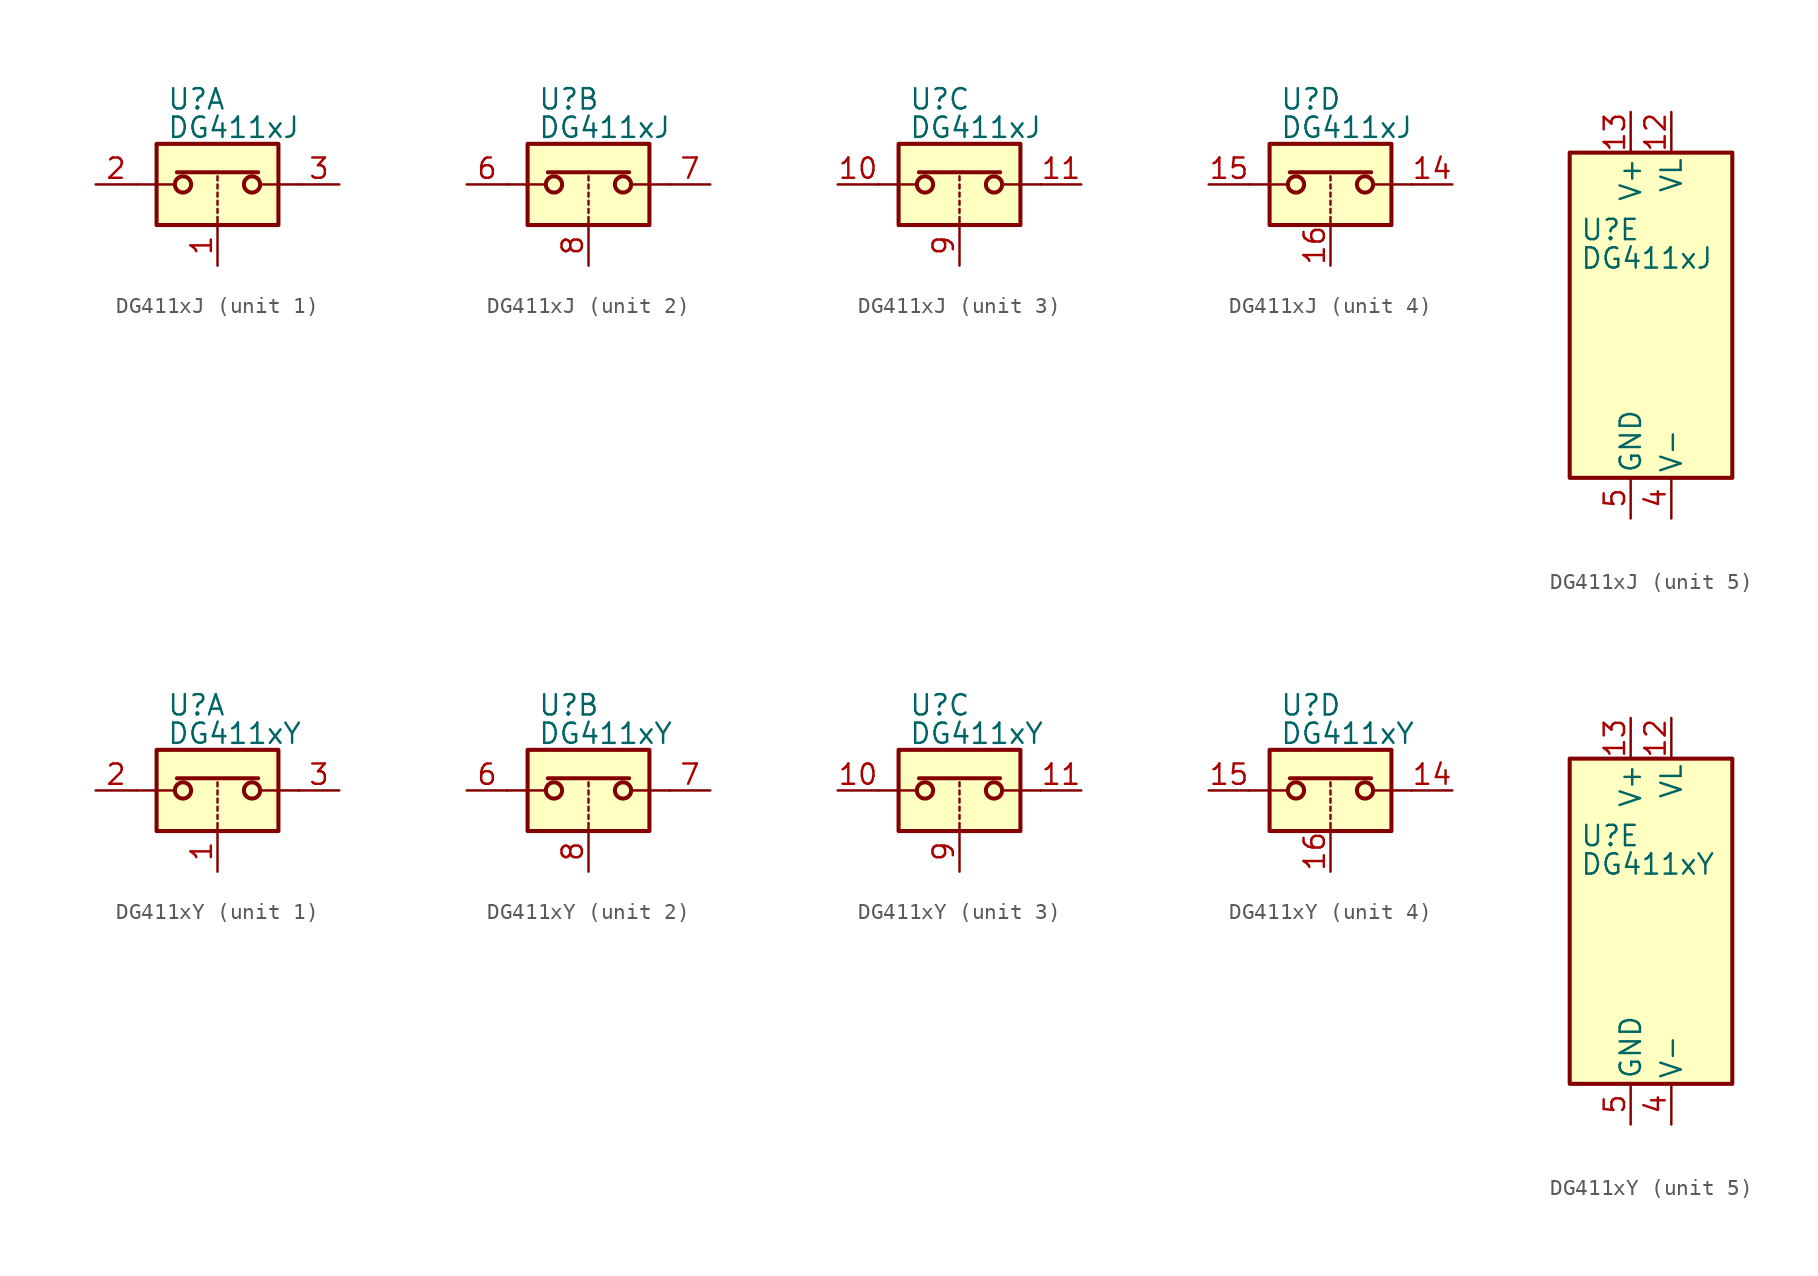
<source format=kicad_sym>
(kicad_symbol_lib
  (version 20211014)
  (generator kicad_symbol_editor)
  (symbol "DG411xJ"
    (pin_names
      (offset 0.254))
    (property "Reference" "U"
      (at -3.175 5.334 0)
      (effects (font (size 1.27 1.27)) (justify left)))
    (property "Value" "DG411xJ"
      (at -3.175 3.556 0)
      (effects (font (size 1.27 1.27)) (justify left)))
    (symbol "DG411xJ_1_1"
      (rectangle (start -3.81 2.54) (end 3.81 -2.54) (stroke (width 0.254) (type default) (color 0 0 0 0)) (fill (type background)))
      (circle (center -2.159 0) (radius 0.508) (stroke (width 0.254) (type default) (color 0 0 0 0)) (fill (type none)))
      (polyline (pts (xy -5.08 0) (xy -2.794 0)) (stroke (width 0) (type default) (color 0 0 0 0)) (fill (type none)))
      (polyline (pts (xy -2.54 0.762) (xy 2.54 0.762)) (stroke (width 0.254) (type default) (color 0 0 0 0)) (fill (type none)))
      (polyline (pts (xy 0 -2.54) (xy 0 -2.032)) (stroke (width 0) (type default) (color 0 0 0 0)) (fill (type none)))
      (polyline (pts (xy 0 -1.778) (xy 0 -1.524)) (stroke (width 0) (type default) (color 0 0 0 0)) (fill (type none)))
      (polyline (pts (xy 0 -1.27) (xy 0 -1.016)) (stroke (width 0) (type default) (color 0 0 0 0)) (fill (type none)))
      (polyline (pts (xy 0 -0.762) (xy 0 -0.508)) (stroke (width 0) (type default) (color 0 0 0 0)) (fill (type none)))
      (polyline (pts (xy 0 -0.254) (xy 0 0)) (stroke (width 0) (type default) (color 0 0 0 0)) (fill (type none)))
      (polyline (pts (xy 0 0.254) (xy 0 0.508)) (stroke (width 0) (type default) (color 0 0 0 0)) (fill (type none)))
      (polyline (pts (xy 5.08 0) (xy 2.794 0)) (stroke (width 0) (type default) (color 0 0 0 0)) (fill (type none)))
      (circle (center 2.159 0) (radius 0.508) (stroke (width 0.254) (type default) (color 0 0 0 0)) (fill (type none)))
      (pin input line (at 0 -5.08 90) (length 2.54) (name "~" (effects (font (size 1.27 1.27)))) (number "1" (effects (font (size 1.27 1.27)))))
      (pin passive line (at -7.62 0 0) (length 2.54) (name "~" (effects (font (size 1.27 1.27)))) (number "2" (effects (font (size 1.27 1.27)))))
      (pin passive line (at 7.62 0 180) (length 2.54) (name "~" (effects (font (size 1.27 1.27)))) (number "3" (effects (font (size 1.27 1.27))))))
    (symbol "DG411xJ_2_1"
      (rectangle (start -3.81 2.54) (end 3.81 -2.54) (stroke (width 0.254) (type default) (color 0 0 0 0)) (fill (type background)))
      (circle (center -2.159 0) (radius 0.508) (stroke (width 0.254) (type default) (color 0 0 0 0)) (fill (type none)))
      (polyline (pts (xy -5.08 0) (xy -2.794 0)) (stroke (width 0) (type default) (color 0 0 0 0)) (fill (type none)))
      (polyline (pts (xy -2.54 0.762) (xy 2.54 0.762)) (stroke (width 0.254) (type default) (color 0 0 0 0)) (fill (type none)))
      (polyline (pts (xy 0 -2.54) (xy 0 -2.032)) (stroke (width 0) (type default) (color 0 0 0 0)) (fill (type none)))
      (polyline (pts (xy 0 -1.778) (xy 0 -1.524)) (stroke (width 0) (type default) (color 0 0 0 0)) (fill (type none)))
      (polyline (pts (xy 0 -1.27) (xy 0 -1.016)) (stroke (width 0) (type default) (color 0 0 0 0)) (fill (type none)))
      (polyline (pts (xy 0 -0.762) (xy 0 -0.508)) (stroke (width 0) (type default) (color 0 0 0 0)) (fill (type none)))
      (polyline (pts (xy 0 -0.254) (xy 0 0)) (stroke (width 0) (type default) (color 0 0 0 0)) (fill (type none)))
      (polyline (pts (xy 0 0.254) (xy 0 0.508)) (stroke (width 0) (type default) (color 0 0 0 0)) (fill (type none)))
      (polyline (pts (xy 5.08 0) (xy 2.794 0)) (stroke (width 0) (type default) (color 0 0 0 0)) (fill (type none)))
      (circle (center 2.159 0) (radius 0.508) (stroke (width 0.254) (type default) (color 0 0 0 0)) (fill (type none)))
      (pin passive line (at -7.62 0 0) (length 2.54) (name "~" (effects (font (size 1.27 1.27)))) (number "6" (effects (font (size 1.27 1.27)))))
      (pin passive line (at 7.62 0 180) (length 2.54) (name "~" (effects (font (size 1.27 1.27)))) (number "7" (effects (font (size 1.27 1.27)))))
      (pin input line (at 0 -5.08 90) (length 2.54) (name "~" (effects (font (size 1.27 1.27)))) (number "8" (effects (font (size 1.27 1.27))))))
    (symbol "DG411xJ_3_1"
      (rectangle (start -3.81 2.54) (end 3.81 -2.54) (stroke (width 0.254) (type default) (color 0 0 0 0)) (fill (type background)))
      (circle (center -2.159 0) (radius 0.508) (stroke (width 0.254) (type default) (color 0 0 0 0)) (fill (type none)))
      (polyline (pts (xy -5.08 0) (xy -2.794 0)) (stroke (width 0) (type default) (color 0 0 0 0)) (fill (type none)))
      (polyline (pts (xy -2.54 0.762) (xy 2.54 0.762)) (stroke (width 0.254) (type default) (color 0 0 0 0)) (fill (type none)))
      (polyline (pts (xy 0 -2.54) (xy 0 -2.032)) (stroke (width 0) (type default) (color 0 0 0 0)) (fill (type none)))
      (polyline (pts (xy 0 -1.778) (xy 0 -1.524)) (stroke (width 0) (type default) (color 0 0 0 0)) (fill (type none)))
      (polyline (pts (xy 0 -1.27) (xy 0 -1.016)) (stroke (width 0) (type default) (color 0 0 0 0)) (fill (type none)))
      (polyline (pts (xy 0 -0.762) (xy 0 -0.508)) (stroke (width 0) (type default) (color 0 0 0 0)) (fill (type none)))
      (polyline (pts (xy 0 -0.254) (xy 0 0)) (stroke (width 0) (type default) (color 0 0 0 0)) (fill (type none)))
      (polyline (pts (xy 0 0.254) (xy 0 0.508)) (stroke (width 0) (type default) (color 0 0 0 0)) (fill (type none)))
      (polyline (pts (xy 5.08 0) (xy 2.794 0)) (stroke (width 0) (type default) (color 0 0 0 0)) (fill (type none)))
      (circle (center 2.159 0) (radius 0.508) (stroke (width 0.254) (type default) (color 0 0 0 0)) (fill (type none)))
      (pin passive line (at -7.62 0 0) (length 2.54) (name "~" (effects (font (size 1.27 1.27)))) (number "10" (effects (font (size 1.27 1.27)))))
      (pin passive line (at 7.62 0 180) (length 2.54) (name "~" (effects (font (size 1.27 1.27)))) (number "11" (effects (font (size 1.27 1.27)))))
      (pin input line (at 0 -5.08 90) (length 2.54) (name "~" (effects (font (size 1.27 1.27)))) (number "9" (effects (font (size 1.27 1.27))))))
    (symbol "DG411xJ_4_1"
      (rectangle (start -3.81 2.54) (end 3.81 -2.54) (stroke (width 0.254) (type default) (color 0 0 0 0)) (fill (type background)))
      (circle (center -2.159 0) (radius 0.508) (stroke (width 0.254) (type default) (color 0 0 0 0)) (fill (type none)))
      (polyline (pts (xy -5.08 0) (xy -2.794 0)) (stroke (width 0) (type default) (color 0 0 0 0)) (fill (type none)))
      (polyline (pts (xy -2.54 0.762) (xy 2.54 0.762)) (stroke (width 0.254) (type default) (color 0 0 0 0)) (fill (type none)))
      (polyline (pts (xy 0 -2.54) (xy 0 -2.032)) (stroke (width 0) (type default) (color 0 0 0 0)) (fill (type none)))
      (polyline (pts (xy 0 -1.778) (xy 0 -1.524)) (stroke (width 0) (type default) (color 0 0 0 0)) (fill (type none)))
      (polyline (pts (xy 0 -1.27) (xy 0 -1.016)) (stroke (width 0) (type default) (color 0 0 0 0)) (fill (type none)))
      (polyline (pts (xy 0 -0.762) (xy 0 -0.508)) (stroke (width 0) (type default) (color 0 0 0 0)) (fill (type none)))
      (polyline (pts (xy 0 -0.254) (xy 0 0)) (stroke (width 0) (type default) (color 0 0 0 0)) (fill (type none)))
      (polyline (pts (xy 0 0.254) (xy 0 0.508)) (stroke (width 0) (type default) (color 0 0 0 0)) (fill (type none)))
      (polyline (pts (xy 5.08 0) (xy 2.794 0)) (stroke (width 0) (type default) (color 0 0 0 0)) (fill (type none)))
      (circle (center 2.159 0) (radius 0.508) (stroke (width 0.254) (type default) (color 0 0 0 0)) (fill (type none)))
      (pin passive line (at 7.62 0 180) (length 2.54) (name "~" (effects (font (size 1.27 1.27)))) (number "14" (effects (font (size 1.27 1.27)))))
      (pin passive line (at -7.62 0 0) (length 2.54) (name "~" (effects (font (size 1.27 1.27)))) (number "15" (effects (font (size 1.27 1.27)))))
      (pin input line (at 0 -5.08 90) (length 2.54) (name "~" (effects (font (size 1.27 1.27)))) (number "16" (effects (font (size 1.27 1.27))))))
    (symbol "DG411xJ_5_0"
      (pin power_in line (at 2.54 12.7 270) (length 2.54) (name "VL" (effects (font (size 1.27 1.27)))) (number "12" (effects (font (size 1.27 1.27)))))
      (pin power_in line (at 0 12.7 270) (length 2.54) (name "V+" (effects (font (size 1.27 1.27)))) (number "13" (effects (font (size 1.27 1.27)))))
      (pin power_in line (at 2.54 -12.7 90) (length 2.54) (name "V-" (effects (font (size 1.27 1.27)))) (number "4" (effects (font (size 1.27 1.27)))))
      (pin power_in line (at 0 -12.7 90) (length 2.54) (name "GND" (effects (font (size 1.27 1.27)))) (number "5" (effects (font (size 1.27 1.27))))))
    (symbol "DG411xJ_5_1"
      (rectangle (start -3.81 10.16) (end 6.35 -10.16) (stroke (width 0.254) (type default) (color 0 0 0 0)) (fill (type background)))))
  (symbol "DG411xY"
    (pin_names
      (offset 0.254))
    (property "Reference" "U"
      (at -3.175 5.334 0)
      (effects (font (size 1.27 1.27)) (justify left)))
    (property "Value" "DG411xY"
      (at -3.175 3.556 0)
      (effects (font (size 1.27 1.27)) (justify left)))
    (symbol "DG411xY_1_1"
      (rectangle (start -3.81 2.54) (end 3.81 -2.54) (stroke (width 0.254) (type default) (color 0 0 0 0)) (fill (type background)))
      (circle (center -2.159 0) (radius 0.508) (stroke (width 0.254) (type default) (color 0 0 0 0)) (fill (type none)))
      (polyline (pts (xy -5.08 0) (xy -2.794 0)) (stroke (width 0) (type default) (color 0 0 0 0)) (fill (type none)))
      (polyline (pts (xy -2.54 0.762) (xy 2.54 0.762)) (stroke (width 0.254) (type default) (color 0 0 0 0)) (fill (type none)))
      (polyline (pts (xy 0 -2.54) (xy 0 -2.032)) (stroke (width 0) (type default) (color 0 0 0 0)) (fill (type none)))
      (polyline (pts (xy 0 -1.778) (xy 0 -1.524)) (stroke (width 0) (type default) (color 0 0 0 0)) (fill (type none)))
      (polyline (pts (xy 0 -1.27) (xy 0 -1.016)) (stroke (width 0) (type default) (color 0 0 0 0)) (fill (type none)))
      (polyline (pts (xy 0 -0.762) (xy 0 -0.508)) (stroke (width 0) (type default) (color 0 0 0 0)) (fill (type none)))
      (polyline (pts (xy 0 -0.254) (xy 0 0)) (stroke (width 0) (type default) (color 0 0 0 0)) (fill (type none)))
      (polyline (pts (xy 0 0.254) (xy 0 0.508)) (stroke (width 0) (type default) (color 0 0 0 0)) (fill (type none)))
      (polyline (pts (xy 5.08 0) (xy 2.794 0)) (stroke (width 0) (type default) (color 0 0 0 0)) (fill (type none)))
      (circle (center 2.159 0) (radius 0.508) (stroke (width 0.254) (type default) (color 0 0 0 0)) (fill (type none)))
      (pin input line (at 0 -5.08 90) (length 2.54) (name "~" (effects (font (size 1.27 1.27)))) (number "1" (effects (font (size 1.27 1.27)))))
      (pin passive line (at -7.62 0 0) (length 2.54) (name "~" (effects (font (size 1.27 1.27)))) (number "2" (effects (font (size 1.27 1.27)))))
      (pin passive line (at 7.62 0 180) (length 2.54) (name "~" (effects (font (size 1.27 1.27)))) (number "3" (effects (font (size 1.27 1.27))))))
    (symbol "DG411xY_2_1"
      (rectangle (start -3.81 2.54) (end 3.81 -2.54) (stroke (width 0.254) (type default) (color 0 0 0 0)) (fill (type background)))
      (circle (center -2.159 0) (radius 0.508) (stroke (width 0.254) (type default) (color 0 0 0 0)) (fill (type none)))
      (polyline (pts (xy -5.08 0) (xy -2.794 0)) (stroke (width 0) (type default) (color 0 0 0 0)) (fill (type none)))
      (polyline (pts (xy -2.54 0.762) (xy 2.54 0.762)) (stroke (width 0.254) (type default) (color 0 0 0 0)) (fill (type none)))
      (polyline (pts (xy 0 -2.54) (xy 0 -2.032)) (stroke (width 0) (type default) (color 0 0 0 0)) (fill (type none)))
      (polyline (pts (xy 0 -1.778) (xy 0 -1.524)) (stroke (width 0) (type default) (color 0 0 0 0)) (fill (type none)))
      (polyline (pts (xy 0 -1.27) (xy 0 -1.016)) (stroke (width 0) (type default) (color 0 0 0 0)) (fill (type none)))
      (polyline (pts (xy 0 -0.762) (xy 0 -0.508)) (stroke (width 0) (type default) (color 0 0 0 0)) (fill (type none)))
      (polyline (pts (xy 0 -0.254) (xy 0 0)) (stroke (width 0) (type default) (color 0 0 0 0)) (fill (type none)))
      (polyline (pts (xy 0 0.254) (xy 0 0.508)) (stroke (width 0) (type default) (color 0 0 0 0)) (fill (type none)))
      (polyline (pts (xy 5.08 0) (xy 2.794 0)) (stroke (width 0) (type default) (color 0 0 0 0)) (fill (type none)))
      (circle (center 2.159 0) (radius 0.508) (stroke (width 0.254) (type default) (color 0 0 0 0)) (fill (type none)))
      (pin passive line (at -7.62 0 0) (length 2.54) (name "~" (effects (font (size 1.27 1.27)))) (number "6" (effects (font (size 1.27 1.27)))))
      (pin passive line (at 7.62 0 180) (length 2.54) (name "~" (effects (font (size 1.27 1.27)))) (number "7" (effects (font (size 1.27 1.27)))))
      (pin input line (at 0 -5.08 90) (length 2.54) (name "~" (effects (font (size 1.27 1.27)))) (number "8" (effects (font (size 1.27 1.27))))))
    (symbol "DG411xY_3_1"
      (rectangle (start -3.81 2.54) (end 3.81 -2.54) (stroke (width 0.254) (type default) (color 0 0 0 0)) (fill (type background)))
      (circle (center -2.159 0) (radius 0.508) (stroke (width 0.254) (type default) (color 0 0 0 0)) (fill (type none)))
      (polyline (pts (xy -5.08 0) (xy -2.794 0)) (stroke (width 0) (type default) (color 0 0 0 0)) (fill (type none)))
      (polyline (pts (xy -2.54 0.762) (xy 2.54 0.762)) (stroke (width 0.254) (type default) (color 0 0 0 0)) (fill (type none)))
      (polyline (pts (xy 0 -2.54) (xy 0 -2.032)) (stroke (width 0) (type default) (color 0 0 0 0)) (fill (type none)))
      (polyline (pts (xy 0 -1.778) (xy 0 -1.524)) (stroke (width 0) (type default) (color 0 0 0 0)) (fill (type none)))
      (polyline (pts (xy 0 -1.27) (xy 0 -1.016)) (stroke (width 0) (type default) (color 0 0 0 0)) (fill (type none)))
      (polyline (pts (xy 0 -0.762) (xy 0 -0.508)) (stroke (width 0) (type default) (color 0 0 0 0)) (fill (type none)))
      (polyline (pts (xy 0 -0.254) (xy 0 0)) (stroke (width 0) (type default) (color 0 0 0 0)) (fill (type none)))
      (polyline (pts (xy 0 0.254) (xy 0 0.508)) (stroke (width 0) (type default) (color 0 0 0 0)) (fill (type none)))
      (polyline (pts (xy 5.08 0) (xy 2.794 0)) (stroke (width 0) (type default) (color 0 0 0 0)) (fill (type none)))
      (circle (center 2.159 0) (radius 0.508) (stroke (width 0.254) (type default) (color 0 0 0 0)) (fill (type none)))
      (pin passive line (at -7.62 0 0) (length 2.54) (name "~" (effects (font (size 1.27 1.27)))) (number "10" (effects (font (size 1.27 1.27)))))
      (pin passive line (at 7.62 0 180) (length 2.54) (name "~" (effects (font (size 1.27 1.27)))) (number "11" (effects (font (size 1.27 1.27)))))
      (pin input line (at 0 -5.08 90) (length 2.54) (name "~" (effects (font (size 1.27 1.27)))) (number "9" (effects (font (size 1.27 1.27))))))
    (symbol "DG411xY_4_1"
      (rectangle (start -3.81 2.54) (end 3.81 -2.54) (stroke (width 0.254) (type default) (color 0 0 0 0)) (fill (type background)))
      (circle (center -2.159 0) (radius 0.508) (stroke (width 0.254) (type default) (color 0 0 0 0)) (fill (type none)))
      (polyline (pts (xy -5.08 0) (xy -2.794 0)) (stroke (width 0) (type default) (color 0 0 0 0)) (fill (type none)))
      (polyline (pts (xy -2.54 0.762) (xy 2.54 0.762)) (stroke (width 0.254) (type default) (color 0 0 0 0)) (fill (type none)))
      (polyline (pts (xy 0 -2.54) (xy 0 -2.032)) (stroke (width 0) (type default) (color 0 0 0 0)) (fill (type none)))
      (polyline (pts (xy 0 -1.778) (xy 0 -1.524)) (stroke (width 0) (type default) (color 0 0 0 0)) (fill (type none)))
      (polyline (pts (xy 0 -1.27) (xy 0 -1.016)) (stroke (width 0) (type default) (color 0 0 0 0)) (fill (type none)))
      (polyline (pts (xy 0 -0.762) (xy 0 -0.508)) (stroke (width 0) (type default) (color 0 0 0 0)) (fill (type none)))
      (polyline (pts (xy 0 -0.254) (xy 0 0)) (stroke (width 0) (type default) (color 0 0 0 0)) (fill (type none)))
      (polyline (pts (xy 0 0.254) (xy 0 0.508)) (stroke (width 0) (type default) (color 0 0 0 0)) (fill (type none)))
      (polyline (pts (xy 5.08 0) (xy 2.794 0)) (stroke (width 0) (type default) (color 0 0 0 0)) (fill (type none)))
      (circle (center 2.159 0) (radius 0.508) (stroke (width 0.254) (type default) (color 0 0 0 0)) (fill (type none)))
      (pin passive line (at 7.62 0 180) (length 2.54) (name "~" (effects (font (size 1.27 1.27)))) (number "14" (effects (font (size 1.27 1.27)))))
      (pin passive line (at -7.62 0 0) (length 2.54) (name "~" (effects (font (size 1.27 1.27)))) (number "15" (effects (font (size 1.27 1.27)))))
      (pin input line (at 0 -5.08 90) (length 2.54) (name "~" (effects (font (size 1.27 1.27)))) (number "16" (effects (font (size 1.27 1.27))))))
    (symbol "DG411xY_5_0"
      (pin power_in line (at 2.54 12.7 270) (length 2.54) (name "VL" (effects (font (size 1.27 1.27)))) (number "12" (effects (font (size 1.27 1.27)))))
      (pin power_in line (at 0 12.7 270) (length 2.54) (name "V+" (effects (font (size 1.27 1.27)))) (number "13" (effects (font (size 1.27 1.27)))))
      (pin power_in line (at 2.54 -12.7 90) (length 2.54) (name "V-" (effects (font (size 1.27 1.27)))) (number "4" (effects (font (size 1.27 1.27)))))
      (pin power_in line (at 0 -12.7 90) (length 2.54) (name "GND" (effects (font (size 1.27 1.27)))) (number "5" (effects (font (size 1.27 1.27))))))
    (symbol "DG411xY_5_1"
      (rectangle (start -3.81 10.16) (end 6.35 -10.16) (stroke (width 0.254) (type default) (color 0 0 0 0)) (fill (type background))))))
</source>
